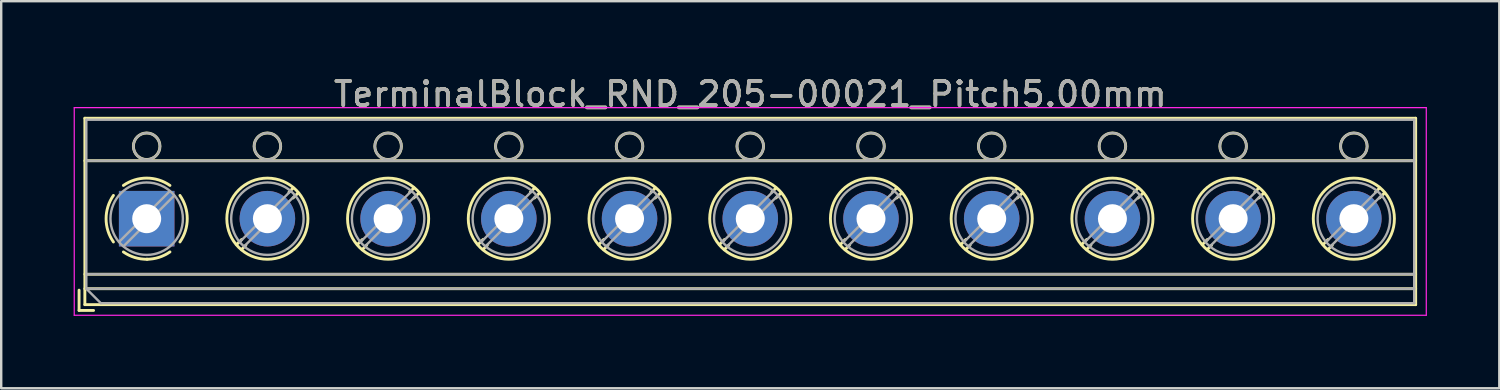
<source format=kicad_pcb>
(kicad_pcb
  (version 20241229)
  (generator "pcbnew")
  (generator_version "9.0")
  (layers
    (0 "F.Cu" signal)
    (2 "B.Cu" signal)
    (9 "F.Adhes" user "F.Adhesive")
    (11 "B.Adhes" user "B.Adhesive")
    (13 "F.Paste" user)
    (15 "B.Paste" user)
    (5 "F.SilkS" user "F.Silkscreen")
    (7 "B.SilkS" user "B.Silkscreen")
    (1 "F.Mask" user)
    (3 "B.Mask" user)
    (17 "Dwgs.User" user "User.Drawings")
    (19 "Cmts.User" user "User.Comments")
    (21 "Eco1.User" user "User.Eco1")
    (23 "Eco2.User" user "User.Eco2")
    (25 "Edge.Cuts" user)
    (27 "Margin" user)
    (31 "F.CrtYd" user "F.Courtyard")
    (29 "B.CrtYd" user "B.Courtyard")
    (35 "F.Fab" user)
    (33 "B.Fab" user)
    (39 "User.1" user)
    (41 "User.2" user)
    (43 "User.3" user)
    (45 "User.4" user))
  (footprint "TerminalBlock_RND_205-00021_Pitch5.00mm"
    (layer "F.Cu")
    (at 3.025 6.008)
    (property "Reference" "TerminalBlock_RND_205-00021_Pitch5.00mm" (at 25 -5.16 0) (layer "F.SilkS") (effects (font (size 1 1) (thickness 0.15))))
    (attr through_hole)
    (fp_line (start -2.8 2.96) (end -2.8 3.8) (stroke (width 0.12) (type solid)) (layer "F.SilkS"))
    (fp_line (start -2.8 3.8) (end -2.2 3.8) (stroke (width 0.12) (type solid)) (layer "F.SilkS"))
    (fp_line (start -2.56 -4.16) (end -2.56 3.56) (stroke (width 0.12) (type solid)) (layer "F.SilkS"))
    (fp_line (start -2.56 -2.4) (end 52.56 -2.4) (stroke (width 0.12) (type solid)) (layer "F.SilkS"))
    (fp_line (start -2.56 2.3) (end 52.56 2.3) (stroke (width 0.12) (type solid)) (layer "F.SilkS"))
    (fp_line (start -2.56 2.9) (end 52.56 2.9) (stroke (width 0.12) (type solid)) (layer "F.SilkS"))
    (fp_line (start -2.56 3.56) (end 52.56 3.56) (stroke (width 0.12) (type solid)) (layer "F.SilkS"))
    (fp_line (start 3.937 0.859) (end 3.726 1.069) (stroke (width 0.12) (type solid)) (layer "F.SilkS"))
    (fp_line (start 4.107 1.099) (end 3.931 1.274) (stroke (width 0.12) (type solid)) (layer "F.SilkS"))
    (fp_line (start 6.07 -1.275) (end 5.894 -1.099) (stroke (width 0.12) (type solid)) (layer "F.SilkS"))
    (fp_line (start 6.275 -1.069) (end 6.064 -0.859) (stroke (width 0.12) (type solid)) (layer "F.SilkS"))
    (fp_line (start 8.937 0.859) (end 8.726 1.069) (stroke (width 0.12) (type solid)) (layer "F.SilkS"))
    (fp_line (start 9.107 1.099) (end 8.931 1.274) (stroke (width 0.12) (type solid)) (layer "F.SilkS"))
    (fp_line (start 11.07 -1.275) (end 10.894 -1.099) (stroke (width 0.12) (type solid)) (layer "F.SilkS"))
    (fp_line (start 11.275 -1.069) (end 11.064 -0.859) (stroke (width 0.12) (type solid)) (layer "F.SilkS"))
    (fp_line (start 13.937 0.859) (end 13.726 1.069) (stroke (width 0.12) (type solid)) (layer "F.SilkS"))
    (fp_line (start 14.107 1.099) (end 13.931 1.274) (stroke (width 0.12) (type solid)) (layer "F.SilkS"))
    (fp_line (start 16.07 -1.275) (end 15.894 -1.099) (stroke (width 0.12) (type solid)) (layer "F.SilkS"))
    (fp_line (start 16.275 -1.069) (end 16.064 -0.859) (stroke (width 0.12) (type solid)) (layer "F.SilkS"))
    (fp_line (start 18.937 0.859) (end 18.726 1.069) (stroke (width 0.12) (type solid)) (layer "F.SilkS"))
    (fp_line (start 19.107 1.099) (end 18.931 1.274) (stroke (width 0.12) (type solid)) (layer "F.SilkS"))
    (fp_line (start 21.07 -1.275) (end 20.894 -1.099) (stroke (width 0.12) (type solid)) (layer "F.SilkS"))
    (fp_line (start 21.275 -1.069) (end 21.064 -0.859) (stroke (width 0.12) (type solid)) (layer "F.SilkS"))
    (fp_line (start 23.937 0.859) (end 23.726 1.069) (stroke (width 0.12) (type solid)) (layer "F.SilkS"))
    (fp_line (start 24.107 1.099) (end 23.931 1.274) (stroke (width 0.12) (type solid)) (layer "F.SilkS"))
    (fp_line (start 26.07 -1.275) (end 25.894 -1.099) (stroke (width 0.12) (type solid)) (layer "F.SilkS"))
    (fp_line (start 26.275 -1.069) (end 26.064 -0.859) (stroke (width 0.12) (type solid)) (layer "F.SilkS"))
    (fp_line (start 28.937 0.859) (end 28.726 1.069) (stroke (width 0.12) (type solid)) (layer "F.SilkS"))
    (fp_line (start 29.107 1.099) (end 28.931 1.274) (stroke (width 0.12) (type solid)) (layer "F.SilkS"))
    (fp_line (start 31.07 -1.275) (end 30.894 -1.099) (stroke (width 0.12) (type solid)) (layer "F.SilkS"))
    (fp_line (start 31.275 -1.069) (end 31.064 -0.859) (stroke (width 0.12) (type solid)) (layer "F.SilkS"))
    (fp_line (start 33.937 0.859) (end 33.726 1.069) (stroke (width 0.12) (type solid)) (layer "F.SilkS"))
    (fp_line (start 34.107 1.099) (end 33.931 1.274) (stroke (width 0.12) (type solid)) (layer "F.SilkS"))
    (fp_line (start 36.07 -1.275) (end 35.894 -1.099) (stroke (width 0.12) (type solid)) (layer "F.SilkS"))
    (fp_line (start 36.275 -1.069) (end 36.064 -0.859) (stroke (width 0.12) (type solid)) (layer "F.SilkS"))
    (fp_line (start 38.937 0.859) (end 38.726 1.069) (stroke (width 0.12) (type solid)) (layer "F.SilkS"))
    (fp_line (start 39.107 1.099) (end 38.931 1.274) (stroke (width 0.12) (type solid)) (layer "F.SilkS"))
    (fp_line (start 41.07 -1.275) (end 40.894 -1.099) (stroke (width 0.12) (type solid)) (layer "F.SilkS"))
    (fp_line (start 41.275 -1.069) (end 41.064 -0.859) (stroke (width 0.12) (type solid)) (layer "F.SilkS"))
    (fp_line (start 43.937 0.859) (end 43.726 1.069) (stroke (width 0.12) (type solid)) (layer "F.SilkS"))
    (fp_line (start 44.107 1.099) (end 43.931 1.274) (stroke (width 0.12) (type solid)) (layer "F.SilkS"))
    (fp_line (start 46.07 -1.275) (end 45.894 -1.099) (stroke (width 0.12) (type solid)) (layer "F.SilkS"))
    (fp_line (start 46.275 -1.069) (end 46.064 -0.859) (stroke (width 0.12) (type solid)) (layer "F.SilkS"))
    (fp_line (start 48.937 0.859) (end 48.726 1.069) (stroke (width 0.12) (type solid)) (layer "F.SilkS"))
    (fp_line (start 49.107 1.099) (end 48.931 1.274) (stroke (width 0.12) (type solid)) (layer "F.SilkS"))
    (fp_line (start 51.07 -1.275) (end 50.894 -1.099) (stroke (width 0.12) (type solid)) (layer "F.SilkS"))
    (fp_line (start 51.275 -1.069) (end 51.064 -0.859) (stroke (width 0.12) (type solid)) (layer "F.SilkS"))
    (fp_line (start 52.56 -4.16) (end -2.56 -4.16) (stroke (width 0.12) (type solid)) (layer "F.SilkS"))
    (fp_line (start 52.56 3.56) (end 52.56 -4.16) (stroke (width 0.12) (type solid)) (layer "F.SilkS"))
    (fp_arc (start -1.376825 0.964249) (mid -1.6809 0.000152) (end -1.377 -0.964) (stroke (width 0.12) (type solid)) (layer "F.SilkS"))
    (fp_arc (start -0.964249 -1.376825) (mid -0.000152 -1.6809) (end 0.964 -1.377) (stroke (width 0.12) (type solid)) (layer "F.SilkS"))
    (fp_arc (start 0.029488 1.680641) (mid -0.491302 1.607497) (end -0.964 1.377) (stroke (width 0.12) (type solid)) (layer "F.SilkS"))
    (fp_arc (start 0.963608 1.376175) (mid 0.505186 1.602244) (end 0 1.68) (stroke (width 0.12) (type solid)) (layer "F.SilkS"))
    (fp_arc (start 1.376825 -0.964249) (mid 1.6809 -0.000152) (end 1.377 0.964) (stroke (width 0.12) (type solid)) (layer "F.SilkS"))
    (fp_circle (center 0 -3) (end 0.55 -3) (stroke (width 0.12) (type solid)) (fill no) (layer "F.SilkS"))
    (fp_circle (center 5 -3) (end 5.55 -3) (stroke (width 0.12) (type solid)) (fill no) (layer "F.SilkS"))
    (fp_circle (center 5 0) (end 6.68 0) (stroke (width 0.12) (type solid)) (fill no) (layer "F.SilkS"))
    (fp_circle (center 10 -3) (end 10.55 -3) (stroke (width 0.12) (type solid)) (fill no) (layer "F.SilkS"))
    (fp_circle (center 10 0) (end 11.68 0) (stroke (width 0.12) (type solid)) (fill no) (layer "F.SilkS"))
    (fp_circle (center 15 -3) (end 15.55 -3) (stroke (width 0.12) (type solid)) (fill no) (layer "F.SilkS"))
    (fp_circle (center 15 0) (end 16.68 0) (stroke (width 0.12) (type solid)) (fill no) (layer "F.SilkS"))
    (fp_circle (center 20 -3) (end 20.55 -3) (stroke (width 0.12) (type solid)) (fill no) (layer "F.SilkS"))
    (fp_circle (center 20 0) (end 21.68 0) (stroke (width 0.12) (type solid)) (fill no) (layer "F.SilkS"))
    (fp_circle (center 25 -3) (end 25.55 -3) (stroke (width 0.12) (type solid)) (fill no) (layer "F.SilkS"))
    (fp_circle (center 25 0) (end 26.68 0) (stroke (width 0.12) (type solid)) (fill no) (layer "F.SilkS"))
    (fp_circle (center 30 -3) (end 30.55 -3) (stroke (width 0.12) (type solid)) (fill no) (layer "F.SilkS"))
    (fp_circle (center 30 0) (end 31.68 0) (stroke (width 0.12) (type solid)) (fill no) (layer "F.SilkS"))
    (fp_circle (center 35 -3) (end 35.55 -3) (stroke (width 0.12) (type solid)) (fill no) (layer "F.SilkS"))
    (fp_circle (center 35 0) (end 36.68 0) (stroke (width 0.12) (type solid)) (fill no) (layer "F.SilkS"))
    (fp_circle (center 40 -3) (end 40.55 -3) (stroke (width 0.12) (type solid)) (fill no) (layer "F.SilkS"))
    (fp_circle (center 40 0) (end 41.68 0) (stroke (width 0.12) (type solid)) (fill no) (layer "F.SilkS"))
    (fp_circle (center 45 -3) (end 45.55 -3) (stroke (width 0.12) (type solid)) (fill no) (layer "F.SilkS"))
    (fp_circle (center 45 0) (end 46.68 0) (stroke (width 0.12) (type solid)) (fill no) (layer "F.SilkS"))
    (fp_circle (center 50 -3) (end 50.55 -3) (stroke (width 0.12) (type solid)) (fill no) (layer "F.SilkS"))
    (fp_circle (center 50 0) (end 51.68 0) (stroke (width 0.12) (type solid)) (fill no) (layer "F.SilkS"))
    (fp_line (start -3 -4.6) (end -3 4) (stroke (width 0.05) (type solid)) (layer "F.CrtYd"))
    (fp_line (start -3 4) (end 53 4) (stroke (width 0.05) (type solid)) (layer "F.CrtYd"))
    (fp_line (start 53 -4.6) (end -3 -4.6) (stroke (width 0.05) (type solid)) (layer "F.CrtYd"))
    (fp_line (start 53 4) (end 53 -4.6) (stroke (width 0.05) (type solid)) (layer "F.CrtYd"))
    (fp_line (start -2.5 -4.1) (end 52.5 -4.1) (stroke (width 0.1) (type solid)) (layer "F.Fab"))
    (fp_line (start -2.5 -2.4) (end 52.5 -2.4) (stroke (width 0.1) (type solid)) (layer "F.Fab"))
    (fp_line (start -2.5 2.3) (end 52.5 2.3) (stroke (width 0.1) (type solid)) (layer "F.Fab"))
    (fp_line (start -2.5 2.9) (end -2.5 -4.1) (stroke (width 0.1) (type solid)) (layer "F.Fab"))
    (fp_line (start -2.5 2.9) (end 52.5 2.9) (stroke (width 0.1) (type solid)) (layer "F.Fab"))
    (fp_line (start -1.9 3.5) (end -2.5 2.9) (stroke (width 0.1) (type solid)) (layer "F.Fab"))
    (fp_line (start 0.955 -1.138) (end -1.138 0.955) (stroke (width 0.1) (type solid)) (layer "F.Fab"))
    (fp_line (start 1.138 -0.955) (end -0.955 1.138) (stroke (width 0.1) (type solid)) (layer "F.Fab"))
    (fp_line (start 5.955 -1.138) (end 3.863 0.955) (stroke (width 0.1) (type solid)) (layer "F.Fab"))
    (fp_line (start 6.138 -0.955) (end 4.046 1.138) (stroke (width 0.1) (type solid)) (layer "F.Fab"))
    (fp_line (start 10.955 -1.138) (end 8.863 0.955) (stroke (width 0.1) (type solid)) (layer "F.Fab"))
    (fp_line (start 11.138 -0.955) (end 9.046 1.138) (stroke (width 0.1) (type solid)) (layer "F.Fab"))
    (fp_line (start 15.955 -1.138) (end 13.863 0.955) (stroke (width 0.1) (type solid)) (layer "F.Fab"))
    (fp_line (start 16.138 -0.955) (end 14.046 1.138) (stroke (width 0.1) (type solid)) (layer "F.Fab"))
    (fp_line (start 20.955 -1.138) (end 18.863 0.955) (stroke (width 0.1) (type solid)) (layer "F.Fab"))
    (fp_line (start 21.138 -0.955) (end 19.046 1.138) (stroke (width 0.1) (type solid)) (layer "F.Fab"))
    (fp_line (start 25.955 -1.138) (end 23.863 0.955) (stroke (width 0.1) (type solid)) (layer "F.Fab"))
    (fp_line (start 26.138 -0.955) (end 24.046 1.138) (stroke (width 0.1) (type solid)) (layer "F.Fab"))
    (fp_line (start 30.955 -1.138) (end 28.863 0.955) (stroke (width 0.1) (type solid)) (layer "F.Fab"))
    (fp_line (start 31.138 -0.955) (end 29.046 1.138) (stroke (width 0.1) (type solid)) (layer "F.Fab"))
    (fp_line (start 35.955 -1.138) (end 33.863 0.955) (stroke (width 0.1) (type solid)) (layer "F.Fab"))
    (fp_line (start 36.138 -0.955) (end 34.046 1.138) (stroke (width 0.1) (type solid)) (layer "F.Fab"))
    (fp_line (start 40.955 -1.138) (end 38.863 0.955) (stroke (width 0.1) (type solid)) (layer "F.Fab"))
    (fp_line (start 41.138 -0.955) (end 39.046 1.138) (stroke (width 0.1) (type solid)) (layer "F.Fab"))
    (fp_line (start 45.955 -1.138) (end 43.863 0.955) (stroke (width 0.1) (type solid)) (layer "F.Fab"))
    (fp_line (start 46.138 -0.955) (end 44.046 1.138) (stroke (width 0.1) (type solid)) (layer "F.Fab"))
    (fp_line (start 50.955 -1.138) (end 48.863 0.955) (stroke (width 0.1) (type solid)) (layer "F.Fab"))
    (fp_line (start 51.138 -0.955) (end 49.046 1.138) (stroke (width 0.1) (type solid)) (layer "F.Fab"))
    (fp_line (start 52.5 -4.1) (end 52.5 3.5) (stroke (width 0.1) (type solid)) (layer "F.Fab"))
    (fp_line (start 52.5 3.5) (end -1.9 3.5) (stroke (width 0.1) (type solid)) (layer "F.Fab"))
    (fp_circle (center 0 -3) (end 0.55 -3) (stroke (width 0.1) (type solid)) (fill no) (layer "F.Fab"))
    (fp_circle (center 0 0) (end 1.5 0) (stroke (width 0.1) (type solid)) (fill no) (layer "F.Fab"))
    (fp_circle (center 5 -3) (end 5.55 -3) (stroke (width 0.1) (type solid)) (fill no) (layer "F.Fab"))
    (fp_circle (center 5 0) (end 6.5 0) (stroke (width 0.1) (type solid)) (fill no) (layer "F.Fab"))
    (fp_circle (center 10 -3) (end 10.55 -3) (stroke (width 0.1) (type solid)) (fill no) (layer "F.Fab"))
    (fp_circle (center 10 0) (end 11.5 0) (stroke (width 0.1) (type solid)) (fill no) (layer "F.Fab"))
    (fp_circle (center 15 -3) (end 15.55 -3) (stroke (width 0.1) (type solid)) (fill no) (layer "F.Fab"))
    (fp_circle (center 15 0) (end 16.5 0) (stroke (width 0.1) (type solid)) (fill no) (layer "F.Fab"))
    (fp_circle (center 20 -3) (end 20.55 -3) (stroke (width 0.1) (type solid)) (fill no) (layer "F.Fab"))
    (fp_circle (center 20 0) (end 21.5 0) (stroke (width 0.1) (type solid)) (fill no) (layer "F.Fab"))
    (fp_circle (center 25 -3) (end 25.55 -3) (stroke (width 0.1) (type solid)) (fill no) (layer "F.Fab"))
    (fp_circle (center 25 0) (end 26.5 0) (stroke (width 0.1) (type solid)) (fill no) (layer "F.Fab"))
    (fp_circle (center 30 -3) (end 30.55 -3) (stroke (width 0.1) (type solid)) (fill no) (layer "F.Fab"))
    (fp_circle (center 30 0) (end 31.5 0) (stroke (width 0.1) (type solid)) (fill no) (layer "F.Fab"))
    (fp_circle (center 35 -3) (end 35.55 -3) (stroke (width 0.1) (type solid)) (fill no) (layer "F.Fab"))
    (fp_circle (center 35 0) (end 36.5 0) (stroke (width 0.1) (type solid)) (fill no) (layer "F.Fab"))
    (fp_circle (center 40 -3) (end 40.55 -3) (stroke (width 0.1) (type solid)) (fill no) (layer "F.Fab"))
    (fp_circle (center 40 0) (end 41.5 0) (stroke (width 0.1) (type solid)) (fill no) (layer "F.Fab"))
    (fp_circle (center 45 -3) (end 45.55 -3) (stroke (width 0.1) (type solid)) (fill no) (layer "F.Fab"))
    (fp_circle (center 45 0) (end 46.5 0) (stroke (width 0.1) (type solid)) (fill no) (layer "F.Fab"))
    (fp_circle (center 50 -3) (end 50.55 -3) (stroke (width 0.1) (type solid)) (fill no) (layer "F.Fab"))
    (fp_circle (center 50 0) (end 51.5 0) (stroke (width 0.1) (type solid)) (fill no) (layer "F.Fab"))
    (fp_text user "${REFERENCE}" (at 25 -5.16 0) (layer "F.Fab") (effects (font (size 1 1) (thickness 0.15))))
    (pad "1" thru_hole rect (at 0 0) (size 2.3 2.3) (drill 1.2) (layers "*.Cu" "*.Mask"))
    (pad "2" thru_hole oval (at 5 0) (size 2.3 2.3) (drill 1.2) (layers "*.Cu" "*.Mask"))
    (pad "3" thru_hole oval (at 10 0) (size 2.3 2.3) (drill 1.2) (layers "*.Cu" "*.Mask"))
    (pad "4" thru_hole oval (at 15 0) (size 2.3 2.3) (drill 1.2) (layers "*.Cu" "*.Mask"))
    (pad "5" thru_hole oval (at 20 0) (size 2.3 2.3) (drill 1.2) (layers "*.Cu" "*.Mask"))
    (pad "6" thru_hole oval (at 25 0) (size 2.3 2.3) (drill 1.2) (layers "*.Cu" "*.Mask"))
    (pad "7" thru_hole oval (at 30 0) (size 2.3 2.3) (drill 1.2) (layers "*.Cu" "*.Mask"))
    (pad "8" thru_hole oval (at 35 0) (size 2.3 2.3) (drill 1.2) (layers "*.Cu" "*.Mask"))
    (pad "9" thru_hole oval (at 40 0) (size 2.3 2.3) (drill 1.2) (layers "*.Cu" "*.Mask"))
    (pad "10" thru_hole oval (at 45 0) (size 2.3 2.3) (drill 1.2) (layers "*.Cu" "*.Mask"))
    (pad "11" thru_hole oval (at 50 0) (size 2.3 2.3) (drill 1.2) (layers "*.Cu" "*.Mask")))
  (gr_rect
    (start -3 -3)
    (end 59.05 13.033)
    (stroke (width 0.1) (type default))
    (fill no)
    (layer "Edge.Cuts")))
</source>
